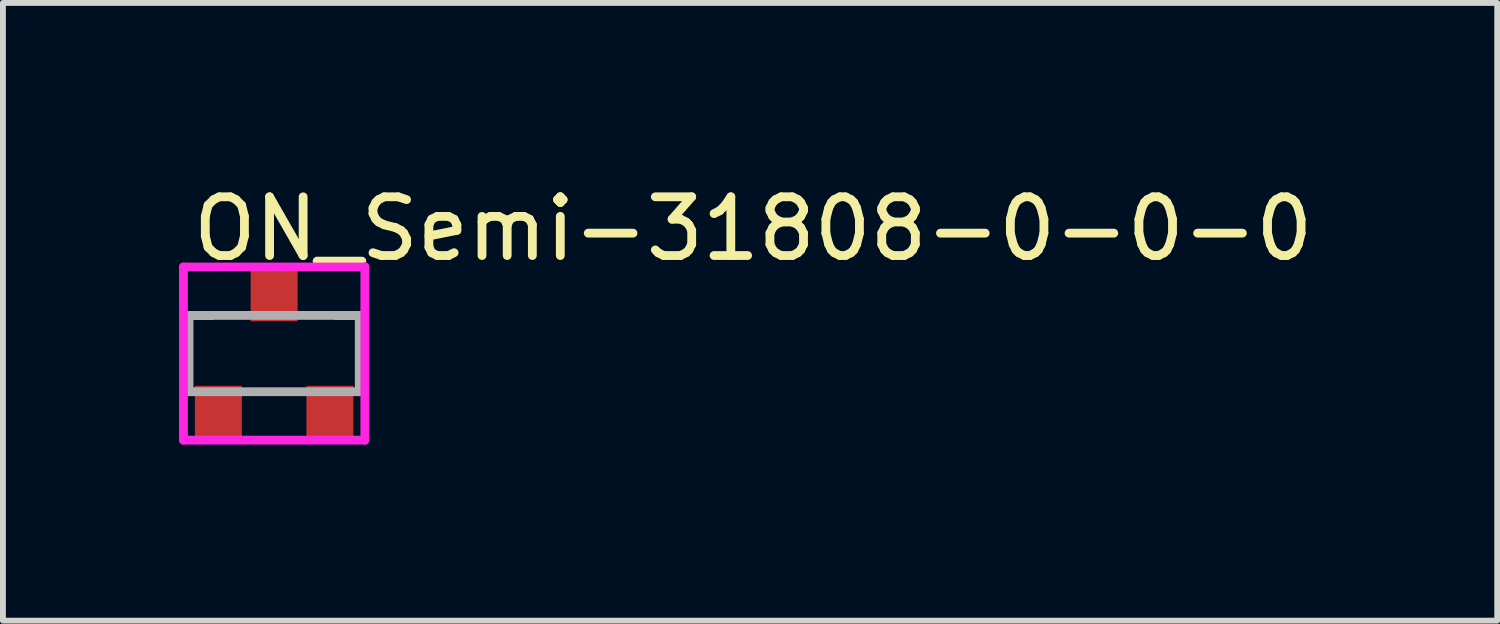
<source format=kicad_pcb>
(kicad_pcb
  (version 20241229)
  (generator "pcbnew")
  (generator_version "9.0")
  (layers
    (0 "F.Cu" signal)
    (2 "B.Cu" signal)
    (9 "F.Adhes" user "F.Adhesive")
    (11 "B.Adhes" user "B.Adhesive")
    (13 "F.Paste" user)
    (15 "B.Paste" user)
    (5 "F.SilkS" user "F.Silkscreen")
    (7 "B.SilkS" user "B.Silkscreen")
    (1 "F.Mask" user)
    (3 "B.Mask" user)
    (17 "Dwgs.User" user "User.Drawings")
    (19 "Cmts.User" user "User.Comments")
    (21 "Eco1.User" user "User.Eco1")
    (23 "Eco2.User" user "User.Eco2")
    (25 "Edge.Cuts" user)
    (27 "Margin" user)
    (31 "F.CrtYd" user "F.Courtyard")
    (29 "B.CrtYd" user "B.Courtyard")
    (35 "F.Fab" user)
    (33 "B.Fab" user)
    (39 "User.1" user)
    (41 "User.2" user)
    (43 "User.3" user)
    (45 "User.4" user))
  (footprint "ON_Semi-31808-0-0-0"
    (layer "F.Cu")
    (at 1.62 2.973)
    (property "Reference" "ON_Semi-31808-0-0-0" (at -1.462 -2.125 0) (layer "F.SilkS") (effects (font (size 1 1) (thickness 0.15)) (justify left)))
    (attr through_hole)
    (fp_line (start -1.46 -0.65) (end -1.06 -0.65) (stroke (width 0.15) (type solid)) (layer "F.SilkS"))
    (fp_line (start -1.46 -0.25) (end -1.46 -0.65) (stroke (width 0.15) (type solid)) (layer "F.SilkS"))
    (fp_line (start 1.06 -0.65) (end 1.46 -0.65) (stroke (width 0.15) (type solid)) (layer "F.SilkS"))
    (fp_line (start 1.46 -0.25) (end 1.46 -0.65) (stroke (width 0.15) (type solid)) (layer "F.SilkS"))
    (fp_line (start -1.545 -1.475) (end -1.545 1.475) (stroke (width 0.15) (type solid)) (layer "F.CrtYd"))
    (fp_line (start -1.545 1.475) (end 1.545 1.475) (stroke (width 0.15) (type solid)) (layer "F.CrtYd"))
    (fp_line (start 1.545 -1.475) (end -1.545 -1.475) (stroke (width 0.15) (type solid)) (layer "F.CrtYd"))
    (fp_line (start 1.545 -1.475) (end 1.545 -1.475) (stroke (width 0.15) (type solid)) (layer "F.CrtYd"))
    (fp_line (start 1.545 1.475) (end 1.545 -1.475) (stroke (width 0.15) (type solid)) (layer "F.CrtYd"))
    (fp_line (start -1.45 -0.65) (end 1.45 -0.65) (stroke (width 0.15) (type solid)) (layer "F.Fab"))
    (fp_line (start -1.45 0.65) (end -1.45 -0.65) (stroke (width 0.15) (type solid)) (layer "F.Fab"))
    (fp_line (start 1.45 -0.65) (end 1.45 0.65) (stroke (width 0.15) (type solid)) (layer "F.Fab"))
    (fp_line (start 1.45 0.65) (end -1.45 0.65) (stroke (width 0.15) (type solid)) (layer "F.Fab"))
    (pad "1" smd rect (at -0.95 1) (size 0.8 0.9) (layers "F.Cu" "F.Mask" "F.Paste"))
    (pad "2" smd rect (at 0.95 1) (size 0.8 0.9) (layers "F.Cu" "F.Mask" "F.Paste"))
    (pad "3" smd rect (at 0 -1) (size 0.8 0.9) (layers "F.Cu" "F.Mask" "F.Paste")))
  (gr_rect
    (start -3 -3)
    (end 22.455 7.523)
    (stroke (width 0.1) (type default))
    (fill no)
    (layer "Edge.Cuts")))
</source>
